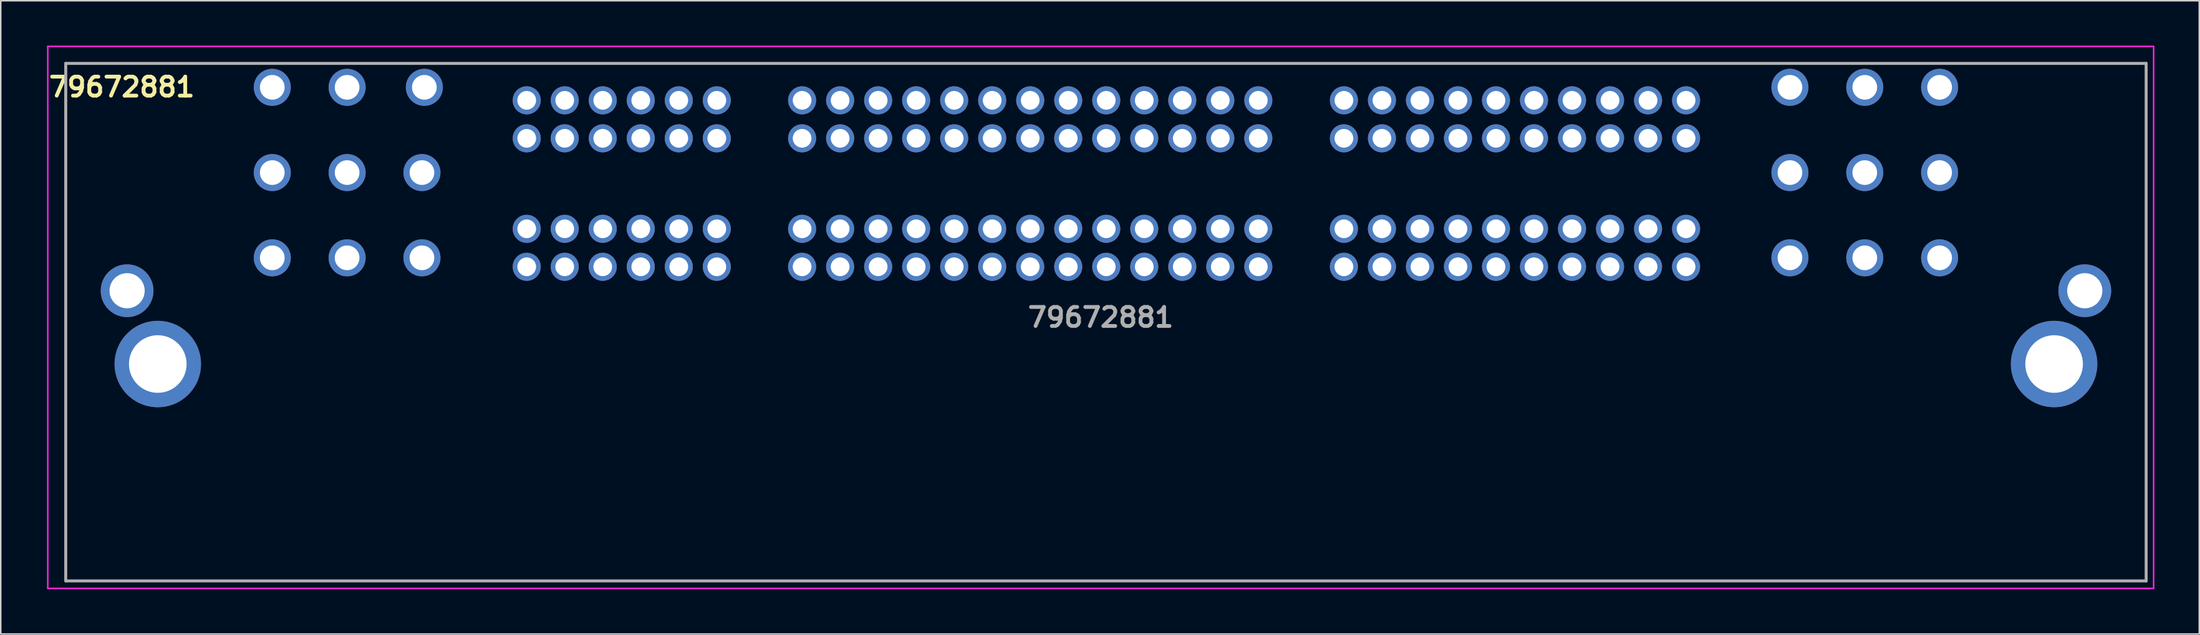
<source format=kicad_pcb>
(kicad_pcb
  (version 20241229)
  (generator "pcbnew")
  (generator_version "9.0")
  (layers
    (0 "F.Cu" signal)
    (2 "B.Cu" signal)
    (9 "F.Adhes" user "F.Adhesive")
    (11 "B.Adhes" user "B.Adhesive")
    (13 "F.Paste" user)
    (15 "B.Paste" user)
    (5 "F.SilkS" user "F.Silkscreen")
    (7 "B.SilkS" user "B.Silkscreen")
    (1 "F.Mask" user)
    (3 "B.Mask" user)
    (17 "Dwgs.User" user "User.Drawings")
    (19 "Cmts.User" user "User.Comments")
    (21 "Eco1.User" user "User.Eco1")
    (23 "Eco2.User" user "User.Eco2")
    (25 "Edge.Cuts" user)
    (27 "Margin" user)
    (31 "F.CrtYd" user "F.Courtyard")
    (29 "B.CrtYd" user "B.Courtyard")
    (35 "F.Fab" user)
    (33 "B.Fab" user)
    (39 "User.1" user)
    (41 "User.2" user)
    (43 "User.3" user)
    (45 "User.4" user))
  (footprint "79672881"
    (layer "F.Cu")
    (at 70.492 18.169)
    (property "Reference" "79672881" (at -65.4 -15.4 180) (layer "F.SilkS") (effects (font (size 1.27 1.27) (thickness 0.254))))
    (attr through_hole)
    (fp_line (start -69.15 -16.981) (end -57.15 -16.981) (stroke (width 0.1) (type solid)) (layer "F.SilkS"))
    (fp_line (start -69.15 17.619) (end -69.15 -16.981) (stroke (width 0.1) (type solid)) (layer "F.SilkS"))
    (fp_line (start -43.15 -16.981) (end 43.85 -16.981) (stroke (width 0.1) (type solid)) (layer "F.SilkS"))
    (fp_line (start 57.85 -16.981) (end 69.85 -16.981) (stroke (width 0.1) (type solid)) (layer "F.SilkS"))
    (fp_line (start 69.85 -16.981) (end 69.85 17.619) (stroke (width 0.1) (type solid)) (layer "F.SilkS"))
    (fp_line (start 69.85 17.619) (end -69.15 17.619) (stroke (width 0.1) (type solid)) (layer "F.SilkS"))
    (fp_line (start -70.35 -18.119) (end 70.35 -18.119) (stroke (width 0.1) (type solid)) (layer "F.CrtYd"))
    (fp_line (start -70.35 18.119) (end -70.35 -18.119) (stroke (width 0.1) (type solid)) (layer "F.CrtYd"))
    (fp_line (start 70.35 -18.119) (end 70.35 18.119) (stroke (width 0.1) (type solid)) (layer "F.CrtYd"))
    (fp_line (start 70.35 18.119) (end -70.35 18.119) (stroke (width 0.1) (type solid)) (layer "F.CrtYd"))
    (fp_line (start -69.15 -16.981) (end 69.85 -16.981) (stroke (width 0.2) (type solid)) (layer "F.Fab"))
    (fp_line (start -69.15 17.619) (end -69.15 -16.981) (stroke (width 0.2) (type solid)) (layer "F.Fab"))
    (fp_line (start 69.85 -16.981) (end 69.85 17.619) (stroke (width 0.2) (type solid)) (layer "F.Fab"))
    (fp_line (start 69.85 17.619) (end -69.15 17.619) (stroke (width 0.2) (type solid)) (layer "F.Fab"))
    (fp_text user "${REFERENCE}" (at 0 0 0) (layer "F.Fab") (effects (font (size 1.27 1.27) (thickness 0.254))))
    (pad "A1" thru_hole circle (at -55.35 -3.981) (size 2.475 2.475) (drill 1.65) (layers "*.Cu" "*.Mask"))
    (pad "A2" thru_hole circle (at -50.35 -3.981) (size 2.475 2.475) (drill 1.65) (layers "*.Cu" "*.Mask"))
    (pad "A3" thru_hole circle (at -45.35 -3.981) (size 2.475 2.475) (drill 1.65) (layers "*.Cu" "*.Mask"))
    (pad "A4" thru_hole circle (at -55.35 -9.681) (size 2.475 2.475) (drill 1.65) (layers "*.Cu" "*.Mask"))
    (pad "A5" thru_hole circle (at -50.35 -9.681) (size 2.475 2.475) (drill 1.65) (layers "*.Cu" "*.Mask"))
    (pad "A6" thru_hole circle (at -45.35 -9.681) (size 2.475 2.475) (drill 1.65) (layers "*.Cu" "*.Mask"))
    (pad "A7" thru_hole circle (at -55.35 -15.381) (size 2.475 2.475) (drill 1.65) (layers "*.Cu" "*.Mask"))
    (pad "A8" thru_hole circle (at -50.35 -15.381) (size 2.475 2.475) (drill 1.65) (layers "*.Cu" "*.Mask"))
    (pad "A9" thru_hole circle (at -45.19 -15.381) (size 2.475 2.475) (drill 1.65) (layers "*.Cu" "*.Mask"))
    (pad "B1" thru_hole circle (at -38.35 -3.381) (size 1.875 1.875) (drill 1.25) (layers "*.Cu" "*.Mask"))
    (pad "B2" thru_hole circle (at -35.81 -3.381) (size 1.875 1.875) (drill 1.25) (layers "*.Cu" "*.Mask"))
    (pad "B3" thru_hole circle (at -33.27 -3.381) (size 1.875 1.875) (drill 1.25) (layers "*.Cu" "*.Mask"))
    (pad "B4" thru_hole circle (at -30.73 -3.381) (size 1.875 1.875) (drill 1.25) (layers "*.Cu" "*.Mask"))
    (pad "B5" thru_hole circle (at -28.19 -3.381) (size 1.875 1.875) (drill 1.25) (layers "*.Cu" "*.Mask"))
    (pad "B6" thru_hole circle (at -25.65 -3.381) (size 1.875 1.875) (drill 1.25) (layers "*.Cu" "*.Mask"))
    (pad "B7" thru_hole circle (at -38.35 -5.921) (size 1.875 1.875) (drill 1.25) (layers "*.Cu" "*.Mask"))
    (pad "B8" thru_hole circle (at -35.81 -5.921) (size 1.875 1.875) (drill 1.25) (layers "*.Cu" "*.Mask"))
    (pad "B9" thru_hole circle (at -33.27 -5.921) (size 1.875 1.875) (drill 1.25) (layers "*.Cu" "*.Mask"))
    (pad "B10" thru_hole circle (at -30.73 -5.921) (size 1.875 1.875) (drill 1.25) (layers "*.Cu" "*.Mask"))
    (pad "B11" thru_hole circle (at -28.19 -5.921) (size 1.875 1.875) (drill 1.25) (layers "*.Cu" "*.Mask"))
    (pad "B12" thru_hole circle (at -25.65 -5.921) (size 1.875 1.875) (drill 1.25) (layers "*.Cu" "*.Mask"))
    (pad "B13" thru_hole circle (at -38.35 -11.971) (size 1.875 1.875) (drill 1.25) (layers "*.Cu" "*.Mask"))
    (pad "B14" thru_hole circle (at -35.81 -11.971) (size 1.875 1.875) (drill 1.25) (layers "*.Cu" "*.Mask"))
    (pad "B15" thru_hole circle (at -33.27 -11.971) (size 1.875 1.875) (drill 1.25) (layers "*.Cu" "*.Mask"))
    (pad "B16" thru_hole circle (at -30.73 -11.971) (size 1.875 1.875) (drill 1.25) (layers "*.Cu" "*.Mask"))
    (pad "B17" thru_hole circle (at -28.19 -11.971) (size 1.875 1.875) (drill 1.25) (layers "*.Cu" "*.Mask"))
    (pad "B18" thru_hole circle (at -25.65 -11.971) (size 1.875 1.875) (drill 1.25) (layers "*.Cu" "*.Mask"))
    (pad "B19" thru_hole circle (at -38.35 -14.511) (size 1.875 1.875) (drill 1.25) (layers "*.Cu" "*.Mask"))
    (pad "B20" thru_hole circle (at -35.81 -14.511) (size 1.875 1.875) (drill 1.25) (layers "*.Cu" "*.Mask"))
    (pad "B21" thru_hole circle (at -33.27 -14.511) (size 1.875 1.875) (drill 1.25) (layers "*.Cu" "*.Mask"))
    (pad "B22" thru_hole circle (at -30.73 -14.511) (size 1.875 1.875) (drill 1.25) (layers "*.Cu" "*.Mask"))
    (pad "B23" thru_hole circle (at -28.19 -14.511) (size 1.875 1.875) (drill 1.25) (layers "*.Cu" "*.Mask"))
    (pad "B24" thru_hole circle (at -25.65 -14.511) (size 1.875 1.875) (drill 1.25) (layers "*.Cu" "*.Mask"))
    (pad "C1" thru_hole circle (at -19.95 -3.381) (size 1.875 1.875) (drill 1.25) (layers "*.Cu" "*.Mask"))
    (pad "C2" thru_hole circle (at -17.41 -3.381) (size 1.875 1.875) (drill 1.25) (layers "*.Cu" "*.Mask"))
    (pad "C3" thru_hole circle (at -14.87 -3.381) (size 1.875 1.875) (drill 1.25) (layers "*.Cu" "*.Mask"))
    (pad "C4" thru_hole circle (at -12.33 -3.381) (size 1.875 1.875) (drill 1.25) (layers "*.Cu" "*.Mask"))
    (pad "C5" thru_hole circle (at -9.79 -3.381) (size 1.875 1.875) (drill 1.25) (layers "*.Cu" "*.Mask"))
    (pad "C6" thru_hole circle (at -7.25 -3.381) (size 1.875 1.875) (drill 1.25) (layers "*.Cu" "*.Mask"))
    (pad "C7" thru_hole circle (at -4.71 -3.381) (size 1.875 1.875) (drill 1.25) (layers "*.Cu" "*.Mask"))
    (pad "C8" thru_hole circle (at -2.17 -3.381) (size 1.875 1.875) (drill 1.25) (layers "*.Cu" "*.Mask"))
    (pad "C9" thru_hole circle (at 0.37 -3.381) (size 1.875 1.875) (drill 1.25) (layers "*.Cu" "*.Mask"))
    (pad "C10" thru_hole circle (at 2.91 -3.381) (size 1.875 1.875) (drill 1.25) (layers "*.Cu" "*.Mask"))
    (pad "C11" thru_hole circle (at 5.45 -3.381) (size 1.875 1.875) (drill 1.25) (layers "*.Cu" "*.Mask"))
    (pad "C12" thru_hole circle (at 7.99 -3.381) (size 1.875 1.875) (drill 1.25) (layers "*.Cu" "*.Mask"))
    (pad "C13" thru_hole circle (at 10.53 -3.381) (size 1.875 1.875) (drill 1.25) (layers "*.Cu" "*.Mask"))
    (pad "C14" thru_hole circle (at -19.95 -5.921) (size 1.875 1.875) (drill 1.25) (layers "*.Cu" "*.Mask"))
    (pad "C15" thru_hole circle (at -17.41 -5.921) (size 1.875 1.875) (drill 1.25) (layers "*.Cu" "*.Mask"))
    (pad "C16" thru_hole circle (at -14.87 -5.921) (size 1.875 1.875) (drill 1.25) (layers "*.Cu" "*.Mask"))
    (pad "C17" thru_hole circle (at -12.33 -5.921) (size 1.875 1.875) (drill 1.25) (layers "*.Cu" "*.Mask"))
    (pad "C18" thru_hole circle (at -9.79 -5.921) (size 1.875 1.875) (drill 1.25) (layers "*.Cu" "*.Mask"))
    (pad "C19" thru_hole circle (at -7.25 -5.921) (size 1.875 1.875) (drill 1.25) (layers "*.Cu" "*.Mask"))
    (pad "C20" thru_hole circle (at -4.71 -5.921) (size 1.875 1.875) (drill 1.25) (layers "*.Cu" "*.Mask"))
    (pad "C21" thru_hole circle (at -2.17 -5.921) (size 1.875 1.875) (drill 1.25) (layers "*.Cu" "*.Mask"))
    (pad "C22" thru_hole circle (at 0.37 -5.921) (size 1.875 1.875) (drill 1.25) (layers "*.Cu" "*.Mask"))
    (pad "C23" thru_hole circle (at 2.91 -5.921) (size 1.875 1.875) (drill 1.25) (layers "*.Cu" "*.Mask"))
    (pad "C24" thru_hole circle (at 5.45 -5.921) (size 1.875 1.875) (drill 1.25) (layers "*.Cu" "*.Mask"))
    (pad "C25" thru_hole circle (at 7.99 -5.921) (size 1.875 1.875) (drill 1.25) (layers "*.Cu" "*.Mask"))
    (pad "C26" thru_hole circle (at 10.53 -5.921) (size 1.875 1.875) (drill 1.25) (layers "*.Cu" "*.Mask"))
    (pad "C27" thru_hole circle (at -19.95 -11.971) (size 1.875 1.875) (drill 1.25) (layers "*.Cu" "*.Mask"))
    (pad "C28" thru_hole circle (at -17.41 -11.971) (size 1.875 1.875) (drill 1.25) (layers "*.Cu" "*.Mask"))
    (pad "C29" thru_hole circle (at -14.87 -11.971) (size 1.875 1.875) (drill 1.25) (layers "*.Cu" "*.Mask"))
    (pad "C30" thru_hole circle (at -12.33 -11.971) (size 1.875 1.875) (drill 1.25) (layers "*.Cu" "*.Mask"))
    (pad "C31" thru_hole circle (at -9.79 -11.971) (size 1.875 1.875) (drill 1.25) (layers "*.Cu" "*.Mask"))
    (pad "C32" thru_hole circle (at -7.25 -11.971) (size 1.875 1.875) (drill 1.25) (layers "*.Cu" "*.Mask"))
    (pad "C33" thru_hole circle (at -4.71 -11.971) (size 1.875 1.875) (drill 1.25) (layers "*.Cu" "*.Mask"))
    (pad "C34" thru_hole circle (at -2.17 -11.971) (size 1.875 1.875) (drill 1.25) (layers "*.Cu" "*.Mask"))
    (pad "C35" thru_hole circle (at 0.37 -11.971) (size 1.875 1.875) (drill 1.25) (layers "*.Cu" "*.Mask"))
    (pad "C36" thru_hole circle (at 2.91 -11.971) (size 1.875 1.875) (drill 1.25) (layers "*.Cu" "*.Mask"))
    (pad "C37" thru_hole circle (at 5.45 -11.971) (size 1.875 1.875) (drill 1.25) (layers "*.Cu" "*.Mask"))
    (pad "C38" thru_hole circle (at 7.99 -11.971) (size 1.875 1.875) (drill 1.25) (layers "*.Cu" "*.Mask"))
    (pad "C39" thru_hole circle (at 10.53 -11.971) (size 1.875 1.875) (drill 1.25) (layers "*.Cu" "*.Mask"))
    (pad "C40" thru_hole circle (at -19.95 -14.511) (size 1.875 1.875) (drill 1.25) (layers "*.Cu" "*.Mask"))
    (pad "C41" thru_hole circle (at -17.41 -14.511) (size 1.875 1.875) (drill 1.25) (layers "*.Cu" "*.Mask"))
    (pad "C42" thru_hole circle (at -14.87 -14.511) (size 1.875 1.875) (drill 1.25) (layers "*.Cu" "*.Mask"))
    (pad "C43" thru_hole circle (at -12.33 -14.511) (size 1.875 1.875) (drill 1.25) (layers "*.Cu" "*.Mask"))
    (pad "C44" thru_hole circle (at -9.79 -14.511) (size 1.875 1.875) (drill 1.25) (layers "*.Cu" "*.Mask"))
    (pad "C45" thru_hole circle (at -7.25 -14.511) (size 1.875 1.875) (drill 1.25) (layers "*.Cu" "*.Mask"))
    (pad "C46" thru_hole circle (at -4.71 -14.511) (size 1.875 1.875) (drill 1.25) (layers "*.Cu" "*.Mask"))
    (pad "C47" thru_hole circle (at -2.17 -14.511) (size 1.875 1.875) (drill 1.25) (layers "*.Cu" "*.Mask"))
    (pad "C48" thru_hole circle (at 0.37 -14.511) (size 1.875 1.875) (drill 1.25) (layers "*.Cu" "*.Mask"))
    (pad "C49" thru_hole circle (at 2.91 -14.511) (size 1.875 1.875) (drill 1.25) (layers "*.Cu" "*.Mask"))
    (pad "C50" thru_hole circle (at 5.45 -14.511) (size 1.875 1.875) (drill 1.25) (layers "*.Cu" "*.Mask"))
    (pad "C51" thru_hole circle (at 7.99 -14.511) (size 1.875 1.875) (drill 1.25) (layers "*.Cu" "*.Mask"))
    (pad "C52" thru_hole circle (at 10.53 -14.511) (size 1.875 1.875) (drill 1.25) (layers "*.Cu" "*.Mask"))
    (pad "D1" thru_hole circle (at 16.25 -3.381) (size 1.875 1.875) (drill 1.25) (layers "*.Cu" "*.Mask"))
    (pad "D2" thru_hole circle (at 18.79 -3.381) (size 1.875 1.875) (drill 1.25) (layers "*.Cu" "*.Mask"))
    (pad "D3" thru_hole circle (at 21.33 -3.381) (size 1.875 1.875) (drill 1.25) (layers "*.Cu" "*.Mask"))
    (pad "D4" thru_hole circle (at 23.87 -3.381) (size 1.875 1.875) (drill 1.25) (layers "*.Cu" "*.Mask"))
    (pad "D5" thru_hole circle (at 26.41 -3.381) (size 1.875 1.875) (drill 1.25) (layers "*.Cu" "*.Mask"))
    (pad "D6" thru_hole circle (at 28.95 -3.381) (size 1.875 1.875) (drill 1.25) (layers "*.Cu" "*.Mask"))
    (pad "D7" thru_hole circle (at 31.49 -3.381) (size 1.875 1.875) (drill 1.25) (layers "*.Cu" "*.Mask"))
    (pad "D8" thru_hole circle (at 34.03 -3.381) (size 1.875 1.875) (drill 1.25) (layers "*.Cu" "*.Mask"))
    (pad "D9" thru_hole circle (at 36.57 -3.381) (size 1.875 1.875) (drill 1.25) (layers "*.Cu" "*.Mask"))
    (pad "D10" thru_hole circle (at 39.11 -3.381) (size 1.875 1.875) (drill 1.25) (layers "*.Cu" "*.Mask"))
    (pad "D11" thru_hole circle (at 16.25 -5.921) (size 1.875 1.875) (drill 1.25) (layers "*.Cu" "*.Mask"))
    (pad "D12" thru_hole circle (at 18.79 -5.921) (size 1.875 1.875) (drill 1.25) (layers "*.Cu" "*.Mask"))
    (pad "D13" thru_hole circle (at 21.33 -5.921) (size 1.875 1.875) (drill 1.25) (layers "*.Cu" "*.Mask"))
    (pad "D14" thru_hole circle (at 23.87 -5.921) (size 1.875 1.875) (drill 1.25) (layers "*.Cu" "*.Mask"))
    (pad "D15" thru_hole circle (at 26.41 -5.921) (size 1.875 1.875) (drill 1.25) (layers "*.Cu" "*.Mask"))
    (pad "D16" thru_hole circle (at 28.95 -5.921) (size 1.875 1.875) (drill 1.25) (layers "*.Cu" "*.Mask"))
    (pad "D17" thru_hole circle (at 31.49 -5.921) (size 1.875 1.875) (drill 1.25) (layers "*.Cu" "*.Mask"))
    (pad "D18" thru_hole circle (at 34.03 -5.921) (size 1.875 1.875) (drill 1.25) (layers "*.Cu" "*.Mask"))
    (pad "D19" thru_hole circle (at 36.57 -5.921) (size 1.875 1.875) (drill 1.25) (layers "*.Cu" "*.Mask"))
    (pad "D20" thru_hole circle (at 39.11 -5.921) (size 1.875 1.875) (drill 1.25) (layers "*.Cu" "*.Mask"))
    (pad "D21" thru_hole circle (at 16.25 -11.971) (size 1.875 1.875) (drill 1.25) (layers "*.Cu" "*.Mask"))
    (pad "D22" thru_hole circle (at 18.79 -11.971) (size 1.875 1.875) (drill 1.25) (layers "*.Cu" "*.Mask"))
    (pad "D23" thru_hole circle (at 21.33 -11.971) (size 1.875 1.875) (drill 1.25) (layers "*.Cu" "*.Mask"))
    (pad "D24" thru_hole circle (at 23.87 -11.971) (size 1.875 1.875) (drill 1.25) (layers "*.Cu" "*.Mask"))
    (pad "D25" thru_hole circle (at 26.41 -11.971) (size 1.875 1.875) (drill 1.25) (layers "*.Cu" "*.Mask"))
    (pad "D26" thru_hole circle (at 28.95 -11.971) (size 1.875 1.875) (drill 1.25) (layers "*.Cu" "*.Mask"))
    (pad "D27" thru_hole circle (at 31.49 -11.971) (size 1.875 1.875) (drill 1.25) (layers "*.Cu" "*.Mask"))
    (pad "D28" thru_hole circle (at 34.03 -11.971) (size 1.875 1.875) (drill 1.25) (layers "*.Cu" "*.Mask"))
    (pad "D29" thru_hole circle (at 36.57 -11.971) (size 1.875 1.875) (drill 1.25) (layers "*.Cu" "*.Mask"))
    (pad "D30" thru_hole circle (at 39.11 -11.971) (size 1.875 1.875) (drill 1.25) (layers "*.Cu" "*.Mask"))
    (pad "D31" thru_hole circle (at 16.25 -14.511) (size 1.875 1.875) (drill 1.25) (layers "*.Cu" "*.Mask"))
    (pad "D32" thru_hole circle (at 18.79 -14.511) (size 1.875 1.875) (drill 1.25) (layers "*.Cu" "*.Mask"))
    (pad "D33" thru_hole circle (at 21.33 -14.511) (size 1.875 1.875) (drill 1.25) (layers "*.Cu" "*.Mask"))
    (pad "D34" thru_hole circle (at 23.87 -14.511) (size 1.875 1.875) (drill 1.25) (layers "*.Cu" "*.Mask"))
    (pad "D35" thru_hole circle (at 26.41 -14.511) (size 1.875 1.875) (drill 1.25) (layers "*.Cu" "*.Mask"))
    (pad "D36" thru_hole circle (at 28.95 -14.511) (size 1.875 1.875) (drill 1.25) (layers "*.Cu" "*.Mask"))
    (pad "D37" thru_hole circle (at 31.49 -14.511) (size 1.875 1.875) (drill 1.25) (layers "*.Cu" "*.Mask"))
    (pad "D38" thru_hole circle (at 34.03 -14.511) (size 1.875 1.875) (drill 1.25) (layers "*.Cu" "*.Mask"))
    (pad "D39" thru_hole circle (at 36.57 -14.511) (size 1.875 1.875) (drill 1.25) (layers "*.Cu" "*.Mask"))
    (pad "D40" thru_hole circle (at 39.11 -14.511) (size 1.875 1.875) (drill 1.25) (layers "*.Cu" "*.Mask"))
    (pad "E1" thru_hole circle (at 46.05 -3.981) (size 2.475 2.475) (drill 1.65) (layers "*.Cu" "*.Mask"))
    (pad "E2" thru_hole circle (at 51.05 -3.981) (size 2.475 2.475) (drill 1.65) (layers "*.Cu" "*.Mask"))
    (pad "E3" thru_hole circle (at 56.05 -3.981) (size 2.475 2.475) (drill 1.65) (layers "*.Cu" "*.Mask"))
    (pad "E4" thru_hole circle (at 46.05 -9.681) (size 2.475 2.475) (drill 1.65) (layers "*.Cu" "*.Mask"))
    (pad "E5" thru_hole circle (at 51.05 -9.681) (size 2.475 2.475) (drill 1.65) (layers "*.Cu" "*.Mask"))
    (pad "E6" thru_hole circle (at 56.05 -9.681) (size 2.475 2.475) (drill 1.65) (layers "*.Cu" "*.Mask"))
    (pad "E7" thru_hole circle (at 46.05 -15.381) (size 2.475 2.475) (drill 1.65) (layers "*.Cu" "*.Mask"))
    (pad "E8" thru_hole circle (at 51.05 -15.381) (size 2.475 2.475) (drill 1.65) (layers "*.Cu" "*.Mask"))
    (pad "E9" thru_hole circle (at 56.05 -15.381) (size 2.475 2.475) (drill 1.65) (layers "*.Cu" "*.Mask"))
    (pad "MH1" thru_hole circle (at -65.05 -1.781) (size 3.525 3.525) (drill 2.35) (layers "*.Cu" "*.Mask"))
    (pad "MH2" thru_hole circle (at 65.75 -1.781) (size 3.525 3.525) (drill 2.35) (layers "*.Cu" "*.Mask"))
    (pad "MH3" thru_hole circle (at -63 3.119) (size 5.775 5.775) (drill 3.85) (layers "*.Cu" "*.Mask"))
    (pad "MH4" thru_hole circle (at 63.7 3.119) (size 5.775 5.775) (drill 3.85) (layers "*.Cu" "*.Mask")))
  (gr_rect
    (start -3 -3)
    (end 143.892 39.338)
    (stroke (width 0.1) (type default))
    (fill no)
    (layer "Edge.Cuts")))
</source>
